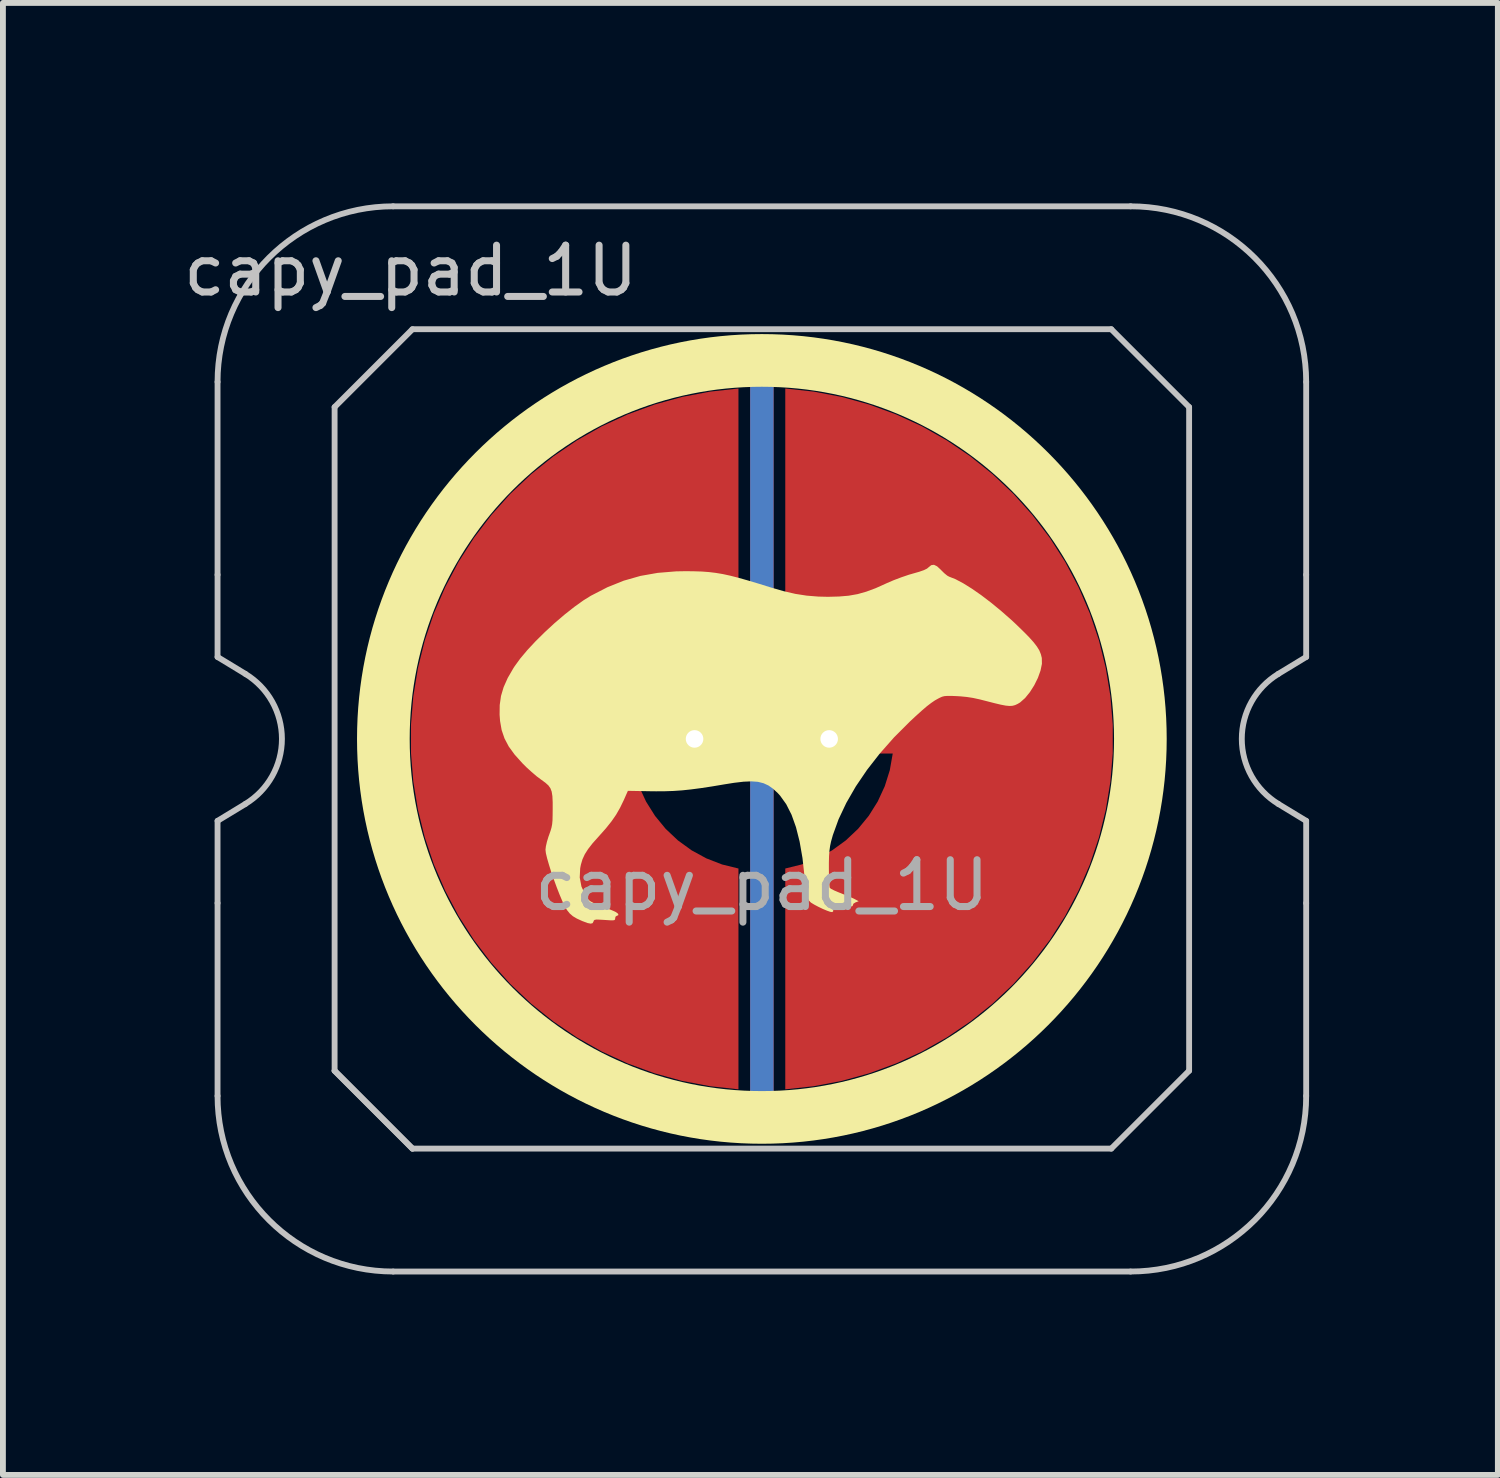
<source format=kicad_pcb>
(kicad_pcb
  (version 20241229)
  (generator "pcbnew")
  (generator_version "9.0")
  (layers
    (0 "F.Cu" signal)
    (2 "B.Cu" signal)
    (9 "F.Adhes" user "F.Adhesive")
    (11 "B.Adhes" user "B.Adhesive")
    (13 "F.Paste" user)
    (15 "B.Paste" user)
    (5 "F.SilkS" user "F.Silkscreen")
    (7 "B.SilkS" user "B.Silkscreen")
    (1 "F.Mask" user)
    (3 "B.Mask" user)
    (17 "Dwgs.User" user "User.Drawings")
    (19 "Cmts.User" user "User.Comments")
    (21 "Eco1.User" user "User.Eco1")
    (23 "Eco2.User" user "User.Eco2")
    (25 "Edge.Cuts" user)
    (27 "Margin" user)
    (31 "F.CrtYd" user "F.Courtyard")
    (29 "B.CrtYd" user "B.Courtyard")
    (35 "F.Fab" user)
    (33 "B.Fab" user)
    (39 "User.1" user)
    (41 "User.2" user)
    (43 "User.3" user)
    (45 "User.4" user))
  (footprint "capy_pad_1U"
    (layer "F.Cu")
    (at 9.967 9.575)
    (property "Reference" "capy_pad_1U" (at -6 -8 0) (layer "Dwgs.User") (effects (font (size 0.8 0.8) (thickness 0.12))))
    (attr smd)
    (fp_circle (center 0 0) (end -6.467 0) (stroke (width 0.9) (type solid)) (fill no) (layer "F.SilkS"))
    (fp_poly (pts (xy 2.994 -2.949) (xy 3.059 -2.889) (xy 3.064 -2.883) (xy 3.117 -2.831) (xy 3.167 -2.79) (xy 3.2 -2.772) (xy 3.309 -2.729) (xy 3.439 -2.66) (xy 3.587 -2.568) (xy 3.747 -2.457) (xy 3.916 -2.328) (xy 4.09 -2.185) (xy 4.264 -2.032) (xy 4.334 -1.967) (xy 4.462 -1.843) (xy 4.564 -1.74) (xy 4.642 -1.653) (xy 4.7 -1.578) (xy 4.741 -1.511) (xy 4.767 -1.447) (xy 4.783 -1.383) (xy 4.785 -1.283) (xy 4.761 -1.167) (xy 4.716 -1.042) (xy 4.654 -0.917) (xy 4.58 -0.8) (xy 4.498 -0.699) (xy 4.412 -0.623) (xy 4.37 -0.598) (xy 4.327 -0.578) (xy 4.282 -0.566) (xy 4.231 -0.563) (xy 4.167 -0.569) (xy 4.083 -0.585) (xy 3.974 -0.611) (xy 3.861 -0.64) (xy 3.72 -0.676) (xy 3.604 -0.701) (xy 3.5 -0.717) (xy 3.398 -0.727) (xy 3.334 -0.731) (xy 3.237 -0.735) (xy 3.169 -0.735) (xy 3.119 -0.731) (xy 3.079 -0.721) (xy 3.039 -0.703) (xy 3.016 -0.691) (xy 2.955 -0.657) (xy 2.891 -0.613) (xy 2.818 -0.557) (xy 2.733 -0.484) (xy 2.63 -0.391) (xy 2.528 -0.296) (xy 2.261 -0.029) (xy 2.016 0.248) (xy 1.797 0.529) (xy 1.605 0.812) (xy 1.442 1.095) (xy 1.311 1.372) (xy 1.213 1.643) (xy 1.182 1.754) (xy 1.166 1.829) (xy 1.155 1.907) (xy 1.148 1.998) (xy 1.145 2.112) (xy 1.145 2.213) (xy 1.146 2.32) (xy 1.148 2.415) (xy 1.153 2.489) (xy 1.158 2.535) (xy 1.161 2.545) (xy 1.185 2.563) (xy 1.236 2.589) (xy 1.306 2.619) (xy 1.349 2.636) (xy 1.433 2.67) (xy 1.511 2.702) (xy 1.571 2.729) (xy 1.588 2.738) (xy 1.654 2.773) (xy 1.6 2.793) (xy 1.564 2.815) (xy 1.556 2.839) (xy 1.547 2.857) (xy 1.504 2.867) (xy 1.433 2.867) (xy 1.336 2.858) (xy 1.293 2.852) (xy 1.246 2.847) (xy 1.226 2.856) (xy 1.221 2.888) (xy 1.221 2.904) (xy 1.218 2.946) (xy 1.202 2.959) (xy 1.168 2.954) (xy 1.114 2.935) (xy 1.042 2.905) (xy 0.965 2.868) (xy 0.895 2.831) (xy 0.844 2.8) (xy 0.83 2.789) (xy 0.805 2.762) (xy 0.786 2.727) (xy 0.77 2.679) (xy 0.757 2.612) (xy 0.745 2.519) (xy 0.733 2.395) (xy 0.729 2.353) (xy 0.694 2.035) (xy 0.645 1.754) (xy 0.583 1.508) (xy 0.507 1.295) (xy 0.417 1.117) (xy 0.312 0.97) (xy 0.271 0.925) (xy 0.192 0.852) (xy 0.113 0.796) (xy 0.028 0.757) (xy -0.068 0.733) (xy -0.18 0.725) (xy -0.314 0.731) (xy -0.475 0.75) (xy -0.633 0.775) (xy -0.853 0.812) (xy -1.044 0.841) (xy -1.212 0.863) (xy -1.364 0.879) (xy -1.51 0.889) (xy -1.655 0.894) (xy -1.808 0.895) (xy -1.902 0.894) (xy -2.289 0.887) (xy -2.36 1.047) (xy -2.423 1.177) (xy -2.49 1.294) (xy -2.568 1.407) (xy -2.663 1.526) (xy -2.781 1.659) (xy -2.789 1.668) (xy -2.892 1.783) (xy -2.969 1.882) (xy -3.025 1.97) (xy -3.065 2.057) (xy -3.092 2.148) (xy -3.104 2.21) (xy -3.112 2.368) (xy -3.083 2.522) (xy -3.017 2.667) (xy -3.017 2.667) (xy -2.988 2.714) (xy -2.961 2.748) (xy -2.93 2.774) (xy -2.884 2.799) (xy -2.818 2.827) (xy -2.743 2.856) (xy -2.656 2.89) (xy -2.578 2.921) (xy -2.52 2.946) (xy -2.492 2.96) (xy -2.457 2.987) (xy -2.451 3.01) (xy -2.474 3.021) (xy -2.477 3.021) (xy -2.501 3.038) (xy -2.506 3.064) (xy -2.508 3.083) (xy -2.518 3.095) (xy -2.543 3.1) (xy -2.592 3.099) (xy -2.67 3.094) (xy -2.686 3.093) (xy -2.771 3.088) (xy -2.824 3.086) (xy -2.855 3.091) (xy -2.87 3.101) (xy -2.877 3.12) (xy -2.892 3.148) (xy -2.924 3.156) (xy -2.977 3.146) (xy -3.057 3.116) (xy -3.068 3.112) (xy -3.162 3.069) (xy -3.229 3.029) (xy -3.281 2.984) (xy -3.328 2.926) (xy -3.332 2.92) (xy -3.367 2.861) (xy -3.409 2.772) (xy -3.455 2.663) (xy -3.504 2.538) (xy -3.552 2.407) (xy -3.598 2.276) (xy -3.637 2.151) (xy -3.669 2.041) (xy -3.69 1.953) (xy -3.697 1.893) (xy -3.697 1.892) (xy -3.69 1.835) (xy -3.672 1.756) (xy -3.646 1.67) (xy -3.636 1.643) (xy -3.611 1.572) (xy -3.594 1.514) (xy -3.583 1.457) (xy -3.577 1.391) (xy -3.575 1.305) (xy -3.574 1.211) (xy -3.574 1.078) (xy -3.579 0.977) (xy -3.591 0.901) (xy -3.613 0.843) (xy -3.647 0.795) (xy -3.697 0.75) (xy -3.765 0.7) (xy -3.771 0.696) (xy -3.846 0.64) (xy -3.934 0.565) (xy -4.024 0.483) (xy -4.091 0.416) (xy -4.224 0.268) (xy -4.325 0.129) (xy -4.397 -0.008) (xy -4.446 -0.151) (xy -4.473 -0.306) (xy -4.481 -0.412) (xy -4.479 -0.579) (xy -4.457 -0.734) (xy -4.412 -0.885) (xy -4.342 -1.042) (xy -4.244 -1.211) (xy -4.221 -1.246) (xy -4.127 -1.375) (xy -4.006 -1.519) (xy -3.864 -1.671) (xy -3.706 -1.827) (xy -3.54 -1.98) (xy -3.37 -2.125) (xy -3.204 -2.256) (xy -3.046 -2.369) (xy -2.92 -2.447) (xy -2.638 -2.592) (xy -2.359 -2.704) (xy -2.075 -2.785) (xy -1.78 -2.837) (xy -1.465 -2.863) (xy -1.296 -2.866) (xy -1.154 -2.864) (xy -1.026 -2.86) (xy -0.906 -2.851) (xy -0.789 -2.837) (xy -0.669 -2.817) (xy -0.54 -2.789) (xy -0.396 -2.752) (xy -0.233 -2.706) (xy -0.043 -2.649) (xy 0.146 -2.59) (xy 0.37 -2.525) (xy 0.573 -2.478) (xy 0.767 -2.448) (xy 0.963 -2.432) (xy 1.13 -2.428) (xy 1.318 -2.433) (xy 1.483 -2.447) (xy 1.635 -2.474) (xy 1.784 -2.516) (xy 1.943 -2.575) (xy 2.121 -2.655) (xy 2.136 -2.662) (xy 2.25 -2.711) (xy 2.382 -2.761) (xy 2.511 -2.805) (xy 2.577 -2.824) (xy 2.689 -2.856) (xy 2.769 -2.884) (xy 2.822 -2.91) (xy 2.848 -2.932) (xy 2.894 -2.969) (xy 2.941 -2.975)) (stroke (width 0) (type solid)) (fill yes) (layer "F.SilkS"))
    (fp_line (start -9.3 -2.805) (end -9.3 -6.1) (stroke (width 0.1) (type solid)) (layer "Dwgs.User"))
    (fp_line (start -9.3 -1.4) (end -9.3 -2.805) (stroke (width 0.1) (type solid)) (layer "Dwgs.User"))
    (fp_line (start -9.3 1.4) (end -8.824 1.111) (stroke (width 0.1) (type solid)) (layer "Dwgs.User"))
    (fp_line (start -9.3 2.805) (end -9.3 1.4) (stroke (width 0.1) (type solid)) (layer "Dwgs.User"))
    (fp_line (start -9.3 6.1) (end -9.3 2.805) (stroke (width 0.1) (type solid)) (layer "Dwgs.User"))
    (fp_line (start -8.824 -1.111) (end -9.3 -1.4) (stroke (width 0.1) (type solid)) (layer "Dwgs.User"))
    (fp_line (start -7.3 -5.67) (end -5.97 -7) (stroke (width 0.1) (type solid)) (layer "Dwgs.User"))
    (fp_line (start -7.3 5.67) (end -7.3 -5.67) (stroke (width 0.1) (type solid)) (layer "Dwgs.User"))
    (fp_line (start -7.3 5.67) (end -5.97 7) (stroke (width 0.1) (type solid)) (layer "Dwgs.User"))
    (fp_line (start -6.3 -9.1) (end 6.3 -9.1) (stroke (width 0.1) (type solid)) (layer "Dwgs.User"))
    (fp_line (start -5.97 -7) (end 5.97 -7) (stroke (width 0.1) (type solid)) (layer "Dwgs.User"))
    (fp_line (start -5.97 7) (end -7.3 5.67) (stroke (width 0.1) (type solid)) (layer "Dwgs.User"))
    (fp_line (start 5.97 -7) (end 7.3 -5.67) (stroke (width 0.1) (type solid)) (layer "Dwgs.User"))
    (fp_line (start 5.97 7) (end -5.97 7) (stroke (width 0.1) (type solid)) (layer "Dwgs.User"))
    (fp_line (start 6.3 9.1) (end -6.3 9.1) (stroke (width 0.1) (type solid)) (layer "Dwgs.User"))
    (fp_line (start 7.3 -5.67) (end 7.3 5.67) (stroke (width 0.1) (type solid)) (layer "Dwgs.User"))
    (fp_line (start 7.3 5.67) (end 5.97 7) (stroke (width 0.1) (type solid)) (layer "Dwgs.User"))
    (fp_line (start 8.824 1.111) (end 9.3 1.4) (stroke (width 0.1) (type solid)) (layer "Dwgs.User"))
    (fp_line (start 9.3 -6.1) (end 9.3 -2.805) (stroke (width 0.1) (type solid)) (layer "Dwgs.User"))
    (fp_line (start 9.3 -2.805) (end 9.3 -1.4) (stroke (width 0.1) (type solid)) (layer "Dwgs.User"))
    (fp_line (start 9.3 -1.4) (end 8.824 -1.111) (stroke (width 0.1) (type solid)) (layer "Dwgs.User"))
    (fp_line (start 9.3 1.4) (end 9.3 2.805) (stroke (width 0.1) (type solid)) (layer "Dwgs.User"))
    (fp_line (start 9.3 2.805) (end 9.3 6.1) (stroke (width 0.1) (type solid)) (layer "Dwgs.User"))
    (fp_arc (start -9.3 -6.1) (mid -8.42132 -8.22132) (end -6.3 -9.1) (stroke (width 0.1) (type solid)) (layer "Dwgs.User"))
    (fp_arc (start -8.824333 -1.110619) (mid -8.2 0) (end -8.824333 1.110619) (stroke (width 0.1) (type solid)) (layer "Dwgs.User"))
    (fp_arc (start -6.3 9.1) (mid -8.42132 8.22132) (end -9.3 6.1) (stroke (width 0.1) (type solid)) (layer "Dwgs.User"))
    (fp_arc (start 6.3 -9.1) (mid 8.42132 -8.22132) (end 9.3 -6.1) (stroke (width 0.1) (type solid)) (layer "Dwgs.User"))
    (fp_arc (start 8.824333 1.110619) (mid 8.2 0) (end 8.824333 -1.110619) (stroke (width 0.1) (type solid)) (layer "Dwgs.User"))
    (fp_arc (start 9.3 6.1) (mid 8.42132 8.22132) (end 6.3 9.1) (stroke (width 0.1) (type solid)) (layer "Dwgs.User"))
    (fp_rect (start -9.525 -9.525) (end 9.525 9.525) (stroke (width 0.1) (type default)) (fill no) (layer "Eco2.User"))
    (fp_text user "${REFERENCE}" (at 0 2.5 180) (layer "F.Fab") (effects (font (size 0.8 0.8) (thickness 0.12))))
    (pad "1" smd custom (at 1 0 180) (size 0.4 0.4) (layers "F.Cu") (options (anchor circle)) (primitives (gr_poly (pts (xy 0.6 -2.214) (xy 0.32 -2.145) (xy 0.052 -2.041) (xy -0.201 -1.903) (xy -0.434 -1.734) (xy -0.644 -1.536) (xy -0.826 -1.314) (xy -0.979 -1.07) (xy -1.1 -0.808) (xy -1.186 -0.534) (xy -1.236 -0.25) (xy 0 -0.25) (xy 0.096 -0.231) (xy 0.177 -0.177) (xy 0.231 -0.096) (xy 0.25 0) (xy 0.231 0.096) (xy 0.177 0.177) (xy 0.096 0.231) (xy 0 0.25) (xy -1.236 0.25) (xy -1.186 0.534) (xy -1.1 0.808) (xy -0.979 1.07) (xy -0.826 1.314) (xy -0.644 1.536) (xy -0.434 1.734) (xy -0.201 1.903) (xy 0.052 2.041) (xy 0.32 2.145) (xy 0.6 2.214) (xy 0.6 5.987) (xy 0.115 5.934) (xy -0.364 5.843) (xy -0.834 5.713) (xy -1.292 5.545) (xy -1.735 5.341) (xy -2.159 5.101) (xy -2.563 4.827) (xy -2.943 4.522) (xy -3.298 4.187) (xy -3.623 3.824) (xy -3.919 3.436) (xy -4.182 3.025) (xy -4.41 2.594) (xy -4.603 2.147) (xy -4.759 1.684) (xy -4.876 1.211) (xy -4.955 0.73) (xy -4.995 0.244) (xy -4.995 -0.244) (xy -4.955 -0.73) (xy -4.876 -1.211) (xy -4.759 -1.684) (xy -4.603 -2.147) (xy -4.41 -2.594) (xy -4.182 -3.025) (xy -3.919 -3.436) (xy -3.623 -3.824) (xy -3.298 -4.187) (xy -2.943 -4.522) (xy -2.563 -4.827) (xy -2.159 -5.101) (xy -1.735 -5.341) (xy -1.292 -5.545) (xy -0.834 -5.713) (xy -0.364 -5.843) (xy 0.115 -5.934) (xy 0.6 -5.987)) (width 0) (fill yes))))
    (pad "1" thru_hole circle (at 1.15 0 270) (size 0.8 0.8) (drill 0.3) (layers "*.Cu"))
    (pad "2" thru_hole circle (at -1.15 0 270) (size 0.8 0.8) (drill 0.3) (layers "*.Cu"))
    (pad "2" smd custom (at -1 0) (size 0.4 0.4) (layers "F.Cu") (options (anchor circle)) (primitives (gr_poly (pts (xy 0.6 -2.214) (xy 0.32 -2.145) (xy 0.052 -2.041) (xy -0.201 -1.903) (xy -0.434 -1.734) (xy -0.644 -1.536) (xy -0.826 -1.314) (xy -0.979 -1.07) (xy -1.1 -0.808) (xy -1.186 -0.534) (xy -1.236 -0.25) (xy 0 -0.25) (xy 0.096 -0.231) (xy 0.177 -0.177) (xy 0.231 -0.096) (xy 0.25 0) (xy 0.231 0.096) (xy 0.177 0.177) (xy 0.096 0.231) (xy 0 0.25) (xy -1.236 0.25) (xy -1.186 0.534) (xy -1.1 0.808) (xy -0.979 1.07) (xy -0.826 1.314) (xy -0.644 1.536) (xy -0.434 1.734) (xy -0.201 1.903) (xy 0.052 2.041) (xy 0.32 2.145) (xy 0.6 2.214) (xy 0.6 5.987) (xy 0.115 5.934) (xy -0.364 5.843) (xy -0.834 5.713) (xy -1.292 5.545) (xy -1.735 5.341) (xy -2.159 5.101) (xy -2.563 4.827) (xy -2.943 4.522) (xy -3.298 4.187) (xy -3.623 3.824) (xy -3.919 3.436) (xy -4.182 3.025) (xy -4.41 2.594) (xy -4.603 2.147) (xy -4.759 1.684) (xy -4.876 1.211) (xy -4.955 0.73) (xy -4.995 0.244) (xy -4.995 -0.244) (xy -4.955 -0.73) (xy -4.876 -1.211) (xy -4.759 -1.684) (xy -4.603 -2.147) (xy -4.41 -2.594) (xy -4.182 -3.025) (xy -3.919 -3.436) (xy -3.623 -3.824) (xy -3.298 -4.187) (xy -2.943 -4.522) (xy -2.563 -4.827) (xy -2.159 -5.101) (xy -1.735 -5.341) (xy -1.292 -5.545) (xy -0.834 -5.713) (xy -0.364 -5.843) (xy 0.115 -5.934) (xy 0.6 -5.987)) (width 0) (fill yes))))
    (pad "3" smd roundrect (at 0 0 180) (size 0.4 12.5) (layers "B.Cu") (roundrect_rratio 0.5))
    (pad "3" smd roundrect (at 0 0 180) (size 0.4 12.75) (layers "F.Cu") (roundrect_rratio 0.5))
    (zone (net_name "") (layer "F.Cu") (hatch edge 0.508) (connect_pads) (min_thickness 0.254) (filled_areas_thickness no) (keepout (tracks allowed) (vias allowed) (pads allowed) (copperpour not_allowed) (footprints allowed)) (placement (enabled no)) (fill) (polygon (pts (xy 9.967 15.825) (xy 9.422 15.801) (xy 8.881 15.73) (xy 8.349 15.612) (xy 7.829 15.448) (xy 7.325 15.239) (xy 6.842 14.988) (xy 6.382 14.695) (xy 5.949 14.363) (xy 5.547 13.994) (xy 5.179 13.592) (xy 4.847 13.16) (xy 4.554 12.7) (xy 4.302 12.216) (xy 4.094 11.713) (xy 3.93 11.193) (xy 3.812 10.66) (xy 3.74 10.12) (xy 3.717 9.575) (xy 3.74 9.03) (xy 3.812 8.49) (xy 3.93 7.957) (xy 4.094 7.437) (xy 4.302 6.934) (xy 4.554 6.45) (xy 4.847 5.99) (xy 5.179 5.558) (xy 5.547 5.156) (xy 5.949 4.787) (xy 6.382 4.455) (xy 6.842 4.162) (xy 7.325 3.911) (xy 7.829 3.702) (xy 8.349 3.538) (xy 8.881 3.42) (xy 9.422 3.349) (xy 9.967 3.325) (xy 10.511 3.349) (xy 11.052 3.42) (xy 11.584 3.538) (xy 12.104 3.702) (xy 12.608 3.911) (xy 13.092 4.162) (xy 13.552 4.455) (xy 13.984 4.787) (xy 14.386 5.156) (xy 14.754 5.558) (xy 15.086 5.99) (xy 15.379 6.45) (xy 15.631 6.934) (xy 15.84 7.437) (xy 16.004 7.957) (xy 16.122 8.49) (xy 16.193 9.03) (xy 16.217 9.575) (xy 16.193 10.12) (xy 16.122 10.66) (xy 16.004 11.193) (xy 15.84 11.713) (xy 15.631 12.216) (xy 15.379 12.7) (xy 15.086 13.16) (xy 14.754 13.592) (xy 14.386 13.994) (xy 13.984 14.363) (xy 13.552 14.695) (xy 13.092 14.988) (xy 12.608 15.239) (xy 12.104 15.448) (xy 11.584 15.612) (xy 11.052 15.73) (xy 10.511 15.801))))
    (zone (net_name "") (layer "B.Cu") (hatch edge 0.1) (connect_pads) (min_thickness 0.254) (filled_areas_thickness no) (keepout (tracks allowed) (vias allowed) (pads allowed) (copperpour not_allowed) (footprints allowed)) (placement (enabled no)) (fill) (polygon (pts (xy 9.967 15.575) (xy 9.444 15.552) (xy 8.925 15.484) (xy 8.414 15.371) (xy 7.915 15.213) (xy 7.431 15.013) (xy 6.967 14.771) (xy 6.525 14.49) (xy 6.11 14.171) (xy 5.724 13.818) (xy 5.37 13.432) (xy 5.052 13.016) (xy 4.771 12.575) (xy 4.529 12.111) (xy 4.329 11.627) (xy 4.171 11.128) (xy 4.058 10.617) (xy 3.99 10.098) (xy 3.967 9.575) (xy 3.99 9.052) (xy 4.058 8.533) (xy 4.171 8.022) (xy 4.329 7.523) (xy 4.529 7.039) (xy 4.771 6.575) (xy 5.052 6.134) (xy 5.37 5.718) (xy 5.724 5.332) (xy 6.11 4.979) (xy 6.525 4.66) (xy 6.967 4.379) (xy 7.431 4.137) (xy 7.915 3.937) (xy 8.414 3.779) (xy 8.925 3.666) (xy 9.444 3.598) (xy 9.967 3.575) (xy 10.49 3.598) (xy 11.009 3.666) (xy 11.52 3.779) (xy 12.019 3.937) (xy 12.502 4.137) (xy 12.967 4.379) (xy 13.408 4.66) (xy 13.823 4.979) (xy 14.209 5.332) (xy 14.563 5.718) (xy 14.882 6.134) (xy 15.163 6.575) (xy 15.405 7.039) (xy 15.605 7.523) (xy 15.762 8.022) (xy 15.876 8.533) (xy 15.944 9.052) (xy 15.967 9.575) (xy 15.944 10.098) (xy 15.876 10.617) (xy 15.762 11.128) (xy 15.605 11.627) (xy 15.405 12.111) (xy 15.163 12.575) (xy 14.882 13.016) (xy 14.563 13.432) (xy 14.209 13.818) (xy 13.823 14.171) (xy 13.408 14.49) (xy 12.967 14.771) (xy 12.502 15.013) (xy 12.019 15.213) (xy 11.52 15.371) (xy 11.009 15.484) (xy 10.49 15.552)))))
  (gr_rect
    (start -3 -3)
    (end 22.542 22.15)
    (stroke (width 0.1) (type default))
    (fill no)
    (layer "Edge.Cuts")))
</source>
